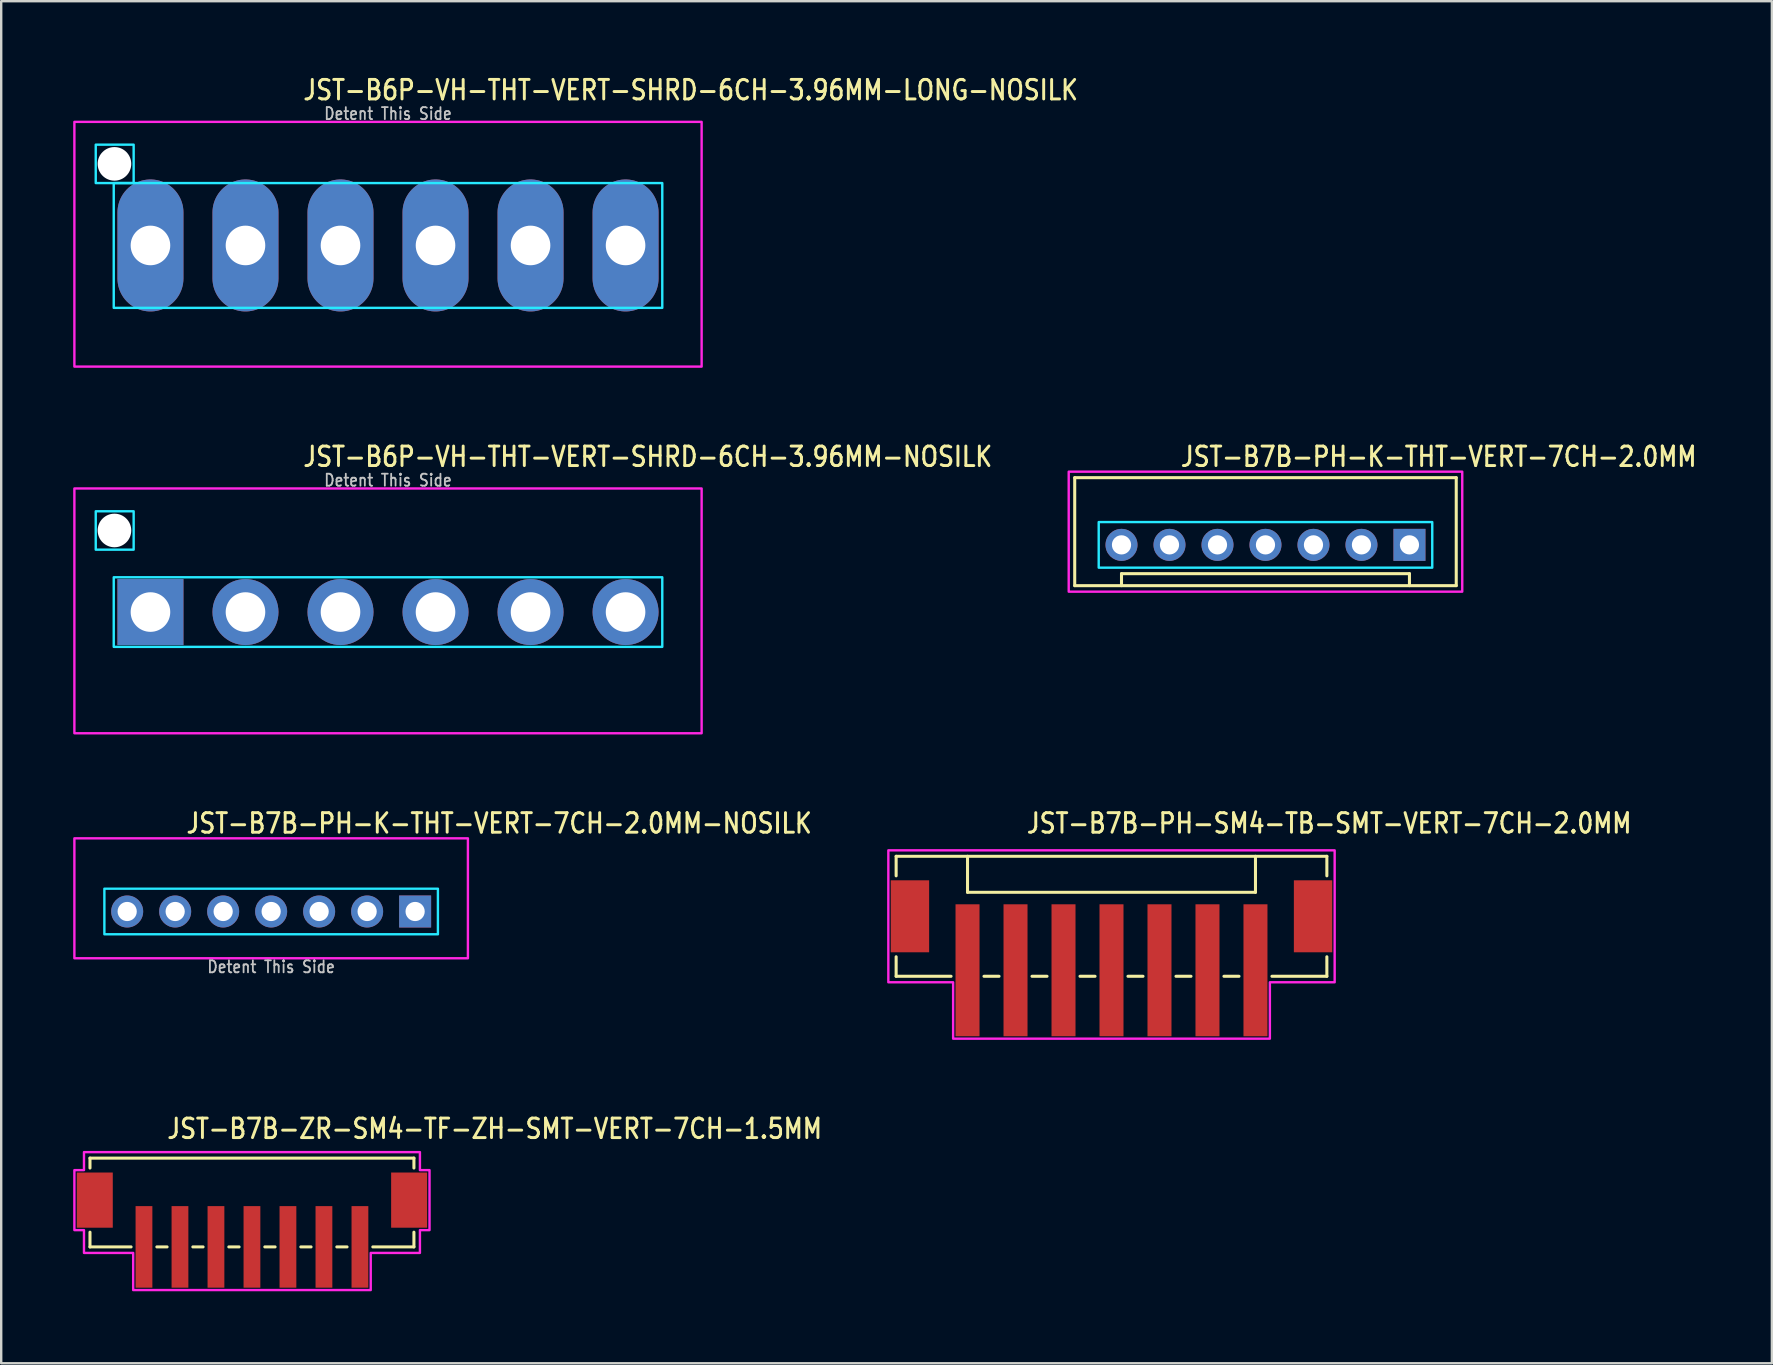
<source format=kicad_pcb>
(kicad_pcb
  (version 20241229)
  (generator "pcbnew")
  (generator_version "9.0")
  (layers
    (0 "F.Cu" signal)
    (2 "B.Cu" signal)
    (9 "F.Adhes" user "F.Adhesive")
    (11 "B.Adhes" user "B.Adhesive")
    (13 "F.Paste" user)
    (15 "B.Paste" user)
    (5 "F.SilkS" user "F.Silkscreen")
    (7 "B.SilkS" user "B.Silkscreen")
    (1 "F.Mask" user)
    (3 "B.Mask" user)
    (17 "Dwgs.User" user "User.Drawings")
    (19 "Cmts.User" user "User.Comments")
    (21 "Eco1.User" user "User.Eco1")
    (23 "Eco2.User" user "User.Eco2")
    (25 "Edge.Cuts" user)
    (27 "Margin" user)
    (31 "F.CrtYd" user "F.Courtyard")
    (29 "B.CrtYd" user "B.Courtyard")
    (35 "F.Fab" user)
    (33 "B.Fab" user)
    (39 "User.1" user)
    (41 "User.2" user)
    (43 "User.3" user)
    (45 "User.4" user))
  (footprint "JST-B7B-PH-SM4-TB-SMT-VERT-7CH-2.0MM"
    (layer "F.Cu")
    (at 43.271 35.136)
    (property "Reference" "JST-B7B-PH-SM4-TB-SMT-VERT-7CH-2.0MM" (at -3.6 -3.4 0) (unlocked yes) (layer "F.SilkS") (effects (font (size 0.813 0.695) (thickness 0.122)) (justify left bottom)))
    (fp_line (start -8.975 -2.5) (end -8.975 -1.687) (stroke (width 0.127) (type solid)) (layer "F.SilkS"))
    (fp_line (start -8.975 -2.5) (end 8.975 -2.5) (stroke (width 0.127) (type solid)) (layer "F.SilkS"))
    (fp_line (start -8.975 2.5) (end -8.975 1.687) (stroke (width 0.127) (type solid)) (layer "F.SilkS"))
    (fp_line (start -8.975 2.5) (end -6.686 2.5) (stroke (width 0.127) (type solid)) (layer "F.SilkS"))
    (fp_line (start -6 -2.5) (end -6 -1) (stroke (width 0.127) (type solid)) (layer "F.SilkS"))
    (fp_line (start -6 -1) (end 6 -1) (stroke (width 0.127) (type solid)) (layer "F.SilkS"))
    (fp_line (start -5.314 2.5) (end -4.686 2.5) (stroke (width 0.127) (type solid)) (layer "F.SilkS"))
    (fp_line (start -3.313 2.5) (end -2.687 2.5) (stroke (width 0.127) (type solid)) (layer "F.SilkS"))
    (fp_line (start -1.313 2.5) (end -0.686 2.5) (stroke (width 0.127) (type solid)) (layer "F.SilkS"))
    (fp_line (start 0.686 2.5) (end 1.313 2.5) (stroke (width 0.127) (type solid)) (layer "F.SilkS"))
    (fp_line (start 2.687 2.5) (end 3.313 2.5) (stroke (width 0.127) (type solid)) (layer "F.SilkS"))
    (fp_line (start 4.686 2.5) (end 5.314 2.5) (stroke (width 0.127) (type solid)) (layer "F.SilkS"))
    (fp_line (start 6 -1) (end 6 -2.5) (stroke (width 0.127) (type solid)) (layer "F.SilkS"))
    (fp_line (start 6.686 2.5) (end 8.975 2.5) (stroke (width 0.127) (type solid)) (layer "F.SilkS"))
    (fp_line (start 8.975 -1.687) (end 8.975 -2.5) (stroke (width 0.127) (type solid)) (layer "F.SilkS"))
    (fp_line (start 8.975 1.687) (end 8.975 2.5) (stroke (width 0.127) (type solid)) (layer "F.SilkS"))
    (fp_poly (pts (xy -9.3 -2.75) (xy -9.3 2.75) (xy -6.6 2.75) (xy -6.6 5.1) (xy 6.6 5.1) (xy 6.6 2.75) (xy 9.3 2.75) (xy 9.3 -2.75)) (stroke (width 0.1) (type solid)) (fill no) (layer "F.CrtYd"))
    (pad "P$1" smd rect (at -6 2.25) (size 1 5.5) (layers "F.Cu" "F.Mask" "F.Paste"))
    (pad "P$2" smd rect (at -4 2.25) (size 1 5.5) (layers "F.Cu" "F.Mask" "F.Paste"))
    (pad "P$3" smd rect (at -2 2.25) (size 1 5.5) (layers "F.Cu" "F.Mask" "F.Paste"))
    (pad "P$4" smd rect (at 0 2.25) (size 1 5.5) (layers "F.Cu" "F.Mask" "F.Paste"))
    (pad "P$5" smd rect (at 2 2.25) (size 1 5.5) (layers "F.Cu" "F.Mask" "F.Paste"))
    (pad "P$6" smd rect (at 4 2.25) (size 1 5.5) (layers "F.Cu" "F.Mask" "F.Paste"))
    (pad "P$7" smd rect (at 6 2.25) (size 1 5.5) (layers "F.Cu" "F.Mask" "F.Paste"))
    (pad "S$1" smd rect (at -8.4 0) (size 1.6 3) (layers "F.Cu" "F.Mask" "F.Paste"))
    (pad "S$2" smd rect (at 8.4 0) (size 1.6 3) (layers "F.Cu" "F.Mask" "F.Paste")))
  (footprint "JST-B7B-ZR-SM4-TF-ZH-SMT-VERT-7CH-1.5MM"
    (layer "F.Cu")
    (at 7.45 46.964)
    (property "Reference" "JST-B7B-ZR-SM4-TF-ZH-SMT-VERT-7CH-1.5MM" (at -3.6 -2.5 0) (unlocked yes) (layer "F.SilkS") (effects (font (size 0.813 0.695) (thickness 0.122)) (justify left bottom)))
    (fp_line (start -6.75 -1.75) (end -6.75 -1.337) (stroke (width 0.127) (type solid)) (layer "F.SilkS"))
    (fp_line (start -6.75 -1.75) (end 6.75 -1.75) (stroke (width 0.127) (type solid)) (layer "F.SilkS"))
    (fp_line (start -6.75 1.95) (end -6.75 1.337) (stroke (width 0.127) (type solid)) (layer "F.SilkS"))
    (fp_line (start -6.75 1.95) (end -5.037 1.95) (stroke (width 0.127) (type solid)) (layer "F.SilkS"))
    (fp_line (start -3.963 1.95) (end -3.537 1.95) (stroke (width 0.127) (type solid)) (layer "F.SilkS"))
    (fp_line (start -2.463 1.95) (end -2.037 1.95) (stroke (width 0.127) (type solid)) (layer "F.SilkS"))
    (fp_line (start -0.964 1.95) (end -0.536 1.95) (stroke (width 0.127) (type solid)) (layer "F.SilkS"))
    (fp_line (start 0.536 1.95) (end 0.964 1.95) (stroke (width 0.127) (type solid)) (layer "F.SilkS"))
    (fp_line (start 2.037 1.95) (end 2.463 1.95) (stroke (width 0.127) (type solid)) (layer "F.SilkS"))
    (fp_line (start 3.537 1.95) (end 3.963 1.95) (stroke (width 0.127) (type solid)) (layer "F.SilkS"))
    (fp_line (start 5.037 1.95) (end 6.75 1.95) (stroke (width 0.127) (type solid)) (layer "F.SilkS"))
    (fp_line (start 6.75 -1.337) (end 6.75 -1.75) (stroke (width 0.127) (type solid)) (layer "F.SilkS"))
    (fp_line (start 6.75 1.337) (end 6.75 1.95) (stroke (width 0.127) (type solid)) (layer "F.SilkS"))
    (fp_poly (pts (xy -7 -2) (xy -7 -1.25) (xy -7.4 -1.25) (xy -7.4 1.25) (xy -7 1.25) (xy -7 2.2) (xy -4.95 2.2) (xy -4.95 3.75) (xy 4.95 3.75) (xy 4.95 2.2) (xy 7 2.2) (xy 7 1.25) (xy 7.4 1.25) (xy 7.4 -1.25) (xy 7 -1.25) (xy 7 -2)) (stroke (width 0.1) (type solid)) (fill no) (layer "F.CrtYd"))
    (pad "P$1" smd rect (at -4.5 1.95) (size 0.7 3.4) (layers "F.Cu" "F.Mask" "F.Paste"))
    (pad "P$2" smd rect (at -3 1.95) (size 0.7 3.4) (layers "F.Cu" "F.Mask" "F.Paste"))
    (pad "P$3" smd rect (at -1.5 1.95) (size 0.7 3.4) (layers "F.Cu" "F.Mask" "F.Paste"))
    (pad "P$4" smd rect (at 0 1.95) (size 0.7 3.4) (layers "F.Cu" "F.Mask" "F.Paste"))
    (pad "P$5" smd rect (at 1.5 1.95) (size 0.7 3.4) (layers "F.Cu" "F.Mask" "F.Paste"))
    (pad "P$6" smd rect (at 3 1.95) (size 0.7 3.4) (layers "F.Cu" "F.Mask" "F.Paste"))
    (pad "P$7" smd rect (at 4.5 1.95) (size 0.7 3.4) (layers "F.Cu" "F.Mask" "F.Paste"))
    (pad "S$8" smd rect (at 6.55 0) (size 1.5 2.3) (layers "F.Cu" "F.Mask" "F.Paste"))
    (pad "S$9" smd rect (at -6.55 0) (size 1.5 2.3) (layers "F.Cu" "F.Mask" "F.Paste")))
  (footprint "JST-B6P-VH-THT-VERT-SHRD-6CH-3.96MM-NOSILK"
    (layer "F.Cu")
    (at 13.12 22.457)
    (property "Reference" "JST-B6P-VH-THT-VERT-SHRD-6CH-3.96MM-NOSILK" (at -3.6 -6 0) (unlocked yes) (layer "F.SilkS") (effects (font (size 0.813 0.695) (thickness 0.122)) (justify left bottom)))
    (fp_poly (pts (xy -11.43 -1.45) (xy -11.43 1.45) (xy 11.43 1.45) (xy 11.43 -1.45)) (stroke (width 0.1) (type solid)) (fill no) (layer "B.CrtYd"))
    (fp_poly (pts (xy -10.6 -4.2) (xy -10.6 -2.6) (xy -12.18 -2.6) (xy -12.18 -4.2)) (stroke (width 0.1) (type solid)) (fill no) (layer "B.CrtYd"))
    (fp_poly (pts (xy -13.07 -5.15) (xy -13.07 5.05) (xy 13.07 5.05) (xy 13.07 -5.15)) (stroke (width 0.1) (type solid)) (fill no) (layer "F.CrtYd"))
    (fp_text user "Detent This Side" (at 0 -5.2 0) (unlocked yes) (layer "Dwgs.User") (effects (font (size 0.5 0.427) (thickness 0.075)) (justify bottom)))
    (pad "" np_thru_hole circle (at -11.4 -3.4) (size 1.4 1.4) (drill 1.4) (layers "*.Cu" "*.Mask"))
    (pad "P$1" thru_hole rect (at -9.9 0) (size 2.75 2.75) (drill 1.65) (layers "*.Cu" "*.Mask"))
    (pad "P$2" thru_hole oval (at -5.94 0) (size 2.75 2.75) (drill 1.65) (layers "*.Cu" "*.Mask"))
    (pad "P$3" thru_hole oval (at -1.98 0) (size 2.75 2.75) (drill 1.65) (layers "*.Cu" "*.Mask"))
    (pad "P$4" thru_hole oval (at 1.98 0) (size 2.75 2.75) (drill 1.65) (layers "*.Cu" "*.Mask"))
    (pad "P$5" thru_hole oval (at 5.94 0) (size 2.75 2.75) (drill 1.65) (layers "*.Cu" "*.Mask"))
    (pad "P$6" thru_hole oval (at 9.9 0) (size 2.75 2.75) (drill 1.65) (layers "*.Cu" "*.Mask")))
  (footprint "JST-B6P-VH-THT-VERT-SHRD-6CH-3.96MM-LONG-NOSILK"
    (layer "F.Cu")
    (at 13.12 7.179)
    (property "Reference" "JST-B6P-VH-THT-VERT-SHRD-6CH-3.96MM-LONG-NOSILK" (at -3.6 -6 0) (unlocked yes) (layer "F.SilkS") (effects (font (size 0.813 0.695) (thickness 0.122)) (justify left bottom)))
    (fp_poly (pts (xy -11.43 -2.6) (xy -11.43 2.6) (xy 11.43 2.6) (xy 11.43 -2.6)) (stroke (width 0.1) (type solid)) (fill no) (layer "B.CrtYd"))
    (fp_poly (pts (xy -10.6 -4.2) (xy -10.6 -2.6) (xy -12.18 -2.6) (xy -12.18 -4.2)) (stroke (width 0.1) (type solid)) (fill no) (layer "B.CrtYd"))
    (fp_poly (pts (xy -13.07 -5.15) (xy -13.07 5.05) (xy 13.07 5.05) (xy 13.07 -5.15)) (stroke (width 0.1) (type solid)) (fill no) (layer "F.CrtYd"))
    (fp_text user "Detent This Side" (at 0 -5.2 0) (unlocked yes) (layer "Dwgs.User") (effects (font (size 0.5 0.427) (thickness 0.075)) (justify bottom)))
    (pad "" np_thru_hole circle (at -11.4 -3.4) (size 1.4 1.4) (drill 1.4) (layers "*.Cu" "*.Mask"))
    (pad "P$1" thru_hole oval (at -9.9 0 90) (size 5.5 2.75) (drill 1.65) (layers "*.Cu" "*.Mask"))
    (pad "P$2" thru_hole oval (at -5.94 0 90) (size 5.5 2.75) (drill 1.65) (layers "*.Cu" "*.Mask"))
    (pad "P$3" thru_hole oval (at -1.98 0 90) (size 5.5 2.75) (drill 1.65) (layers "*.Cu" "*.Mask"))
    (pad "P$4" thru_hole oval (at 1.98 0 90) (size 5.5 2.75) (drill 1.65) (layers "*.Cu" "*.Mask"))
    (pad "P$5" thru_hole oval (at 5.94 0 90) (size 5.5 2.75) (drill 1.65) (layers "*.Cu" "*.Mask"))
    (pad "P$6" thru_hole oval (at 9.9 0 90) (size 5.5 2.75) (drill 1.65) (layers "*.Cu" "*.Mask")))
  (footprint "JST-B7B-PH-K-THT-VERT-7CH-2.0MM-NOSILK"
    (layer "F.Cu")
    (at 8.25 34.936)
    (property "Reference" "JST-B7B-PH-K-THT-VERT-7CH-2.0MM-NOSILK" (at -3.6 -3.2 0) (unlocked yes) (layer "F.SilkS") (effects (font (size 0.813 0.695) (thickness 0.122)) (justify left bottom)))
    (fp_poly (pts (xy -6.95 -0.95) (xy -6.95 0.95) (xy 6.95 0.95) (xy 6.95 -0.95)) (stroke (width 0.1) (type solid)) (fill no) (layer "B.CrtYd"))
    (fp_poly (pts (xy -8.2 1.95) (xy -8.2 -3.05) (xy 8.2 -3.05) (xy 8.2 1.95)) (stroke (width 0.1) (type solid)) (fill no) (layer "F.CrtYd"))
    (fp_text user "Detent This Side" (at 0 2.6 0) (unlocked yes) (layer "Dwgs.User") (effects (font (size 0.5 0.427) (thickness 0.075)) (justify bottom)))
    (pad "P$1" thru_hole rect (at 6 0) (size 1.333 1.333) (drill 0.8) (layers "*.Cu" "*.Mask"))
    (pad "P$2" thru_hole oval (at 4 0) (size 1.333 1.333) (drill 0.8) (layers "*.Cu" "*.Mask"))
    (pad "P$3" thru_hole oval (at 2 0) (size 1.333 1.333) (drill 0.8) (layers "*.Cu" "*.Mask"))
    (pad "P$4" thru_hole oval (at 0 0) (size 1.333 1.333) (drill 0.8) (layers "*.Cu" "*.Mask"))
    (pad "P$5" thru_hole oval (at -2 0) (size 1.333 1.333) (drill 0.8) (layers "*.Cu" "*.Mask"))
    (pad "P$6" thru_hole oval (at -4 0) (size 1.333 1.333) (drill 0.8) (layers "*.Cu" "*.Mask"))
    (pad "P$7" thru_hole oval (at -6 0) (size 1.333 1.333) (drill 0.8) (layers "*.Cu" "*.Mask")))
  (footprint "JST-B7B-PH-K-THT-VERT-7CH-2.0MM"
    (layer "F.Cu")
    (at 49.688 19.657)
    (property "Reference" "JST-B7B-PH-K-THT-VERT-7CH-2.0MM" (at -3.6 -3.2 0) (unlocked yes) (layer "F.SilkS") (effects (font (size 0.813 0.695) (thickness 0.122)) (justify left bottom)))
    (fp_line (start -7.95 -2.8) (end -7.95 1.7) (stroke (width 0.127) (type solid)) (layer "F.SilkS"))
    (fp_line (start -7.95 -2.8) (end 7.95 -2.8) (stroke (width 0.127) (type solid)) (layer "F.SilkS"))
    (fp_line (start -7.95 1.7) (end 7.95 1.7) (stroke (width 0.127) (type solid)) (layer "F.SilkS"))
    (fp_line (start -6 1.7) (end -6 1.2) (stroke (width 0.127) (type solid)) (layer "F.SilkS"))
    (fp_line (start 6 1.2) (end -6 1.2) (stroke (width 0.127) (type solid)) (layer "F.SilkS"))
    (fp_line (start 6 1.7) (end 6 1.2) (stroke (width 0.127) (type solid)) (layer "F.SilkS"))
    (fp_line (start 7.95 1.7) (end 7.95 -2.8) (stroke (width 0.127) (type solid)) (layer "F.SilkS"))
    (fp_poly (pts (xy -6.95 -0.95) (xy -6.95 0.95) (xy 6.95 0.95) (xy 6.95 -0.95)) (stroke (width 0.1) (type solid)) (fill no) (layer "B.CrtYd"))
    (fp_poly (pts (xy -8.2 1.95) (xy -8.2 -3.05) (xy 8.2 -3.05) (xy 8.2 1.95)) (stroke (width 0.1) (type solid)) (fill no) (layer "F.CrtYd"))
    (pad "P$1" thru_hole rect (at 6 0) (size 1.333 1.333) (drill 0.8) (layers "*.Cu" "*.Mask"))
    (pad "P$2" thru_hole oval (at 4 0) (size 1.333 1.333) (drill 0.8) (layers "*.Cu" "*.Mask"))
    (pad "P$3" thru_hole oval (at 2 0) (size 1.333 1.333) (drill 0.8) (layers "*.Cu" "*.Mask"))
    (pad "P$4" thru_hole oval (at 0 0) (size 1.333 1.333) (drill 0.8) (layers "*.Cu" "*.Mask"))
    (pad "P$5" thru_hole oval (at -2 0) (size 1.333 1.333) (drill 0.8) (layers "*.Cu" "*.Mask"))
    (pad "P$6" thru_hole oval (at -4 0) (size 1.333 1.333) (drill 0.8) (layers "*.Cu" "*.Mask"))
    (pad "P$7" thru_hole oval (at -6 0) (size 1.333 1.333) (drill 0.8) (layers "*.Cu" "*.Mask")))
  (gr_rect
    (start -3 -3)
    (end 70.792 53.764)
    (stroke (width 0.1) (type default))
    (fill no)
    (layer "Edge.Cuts")))
</source>
